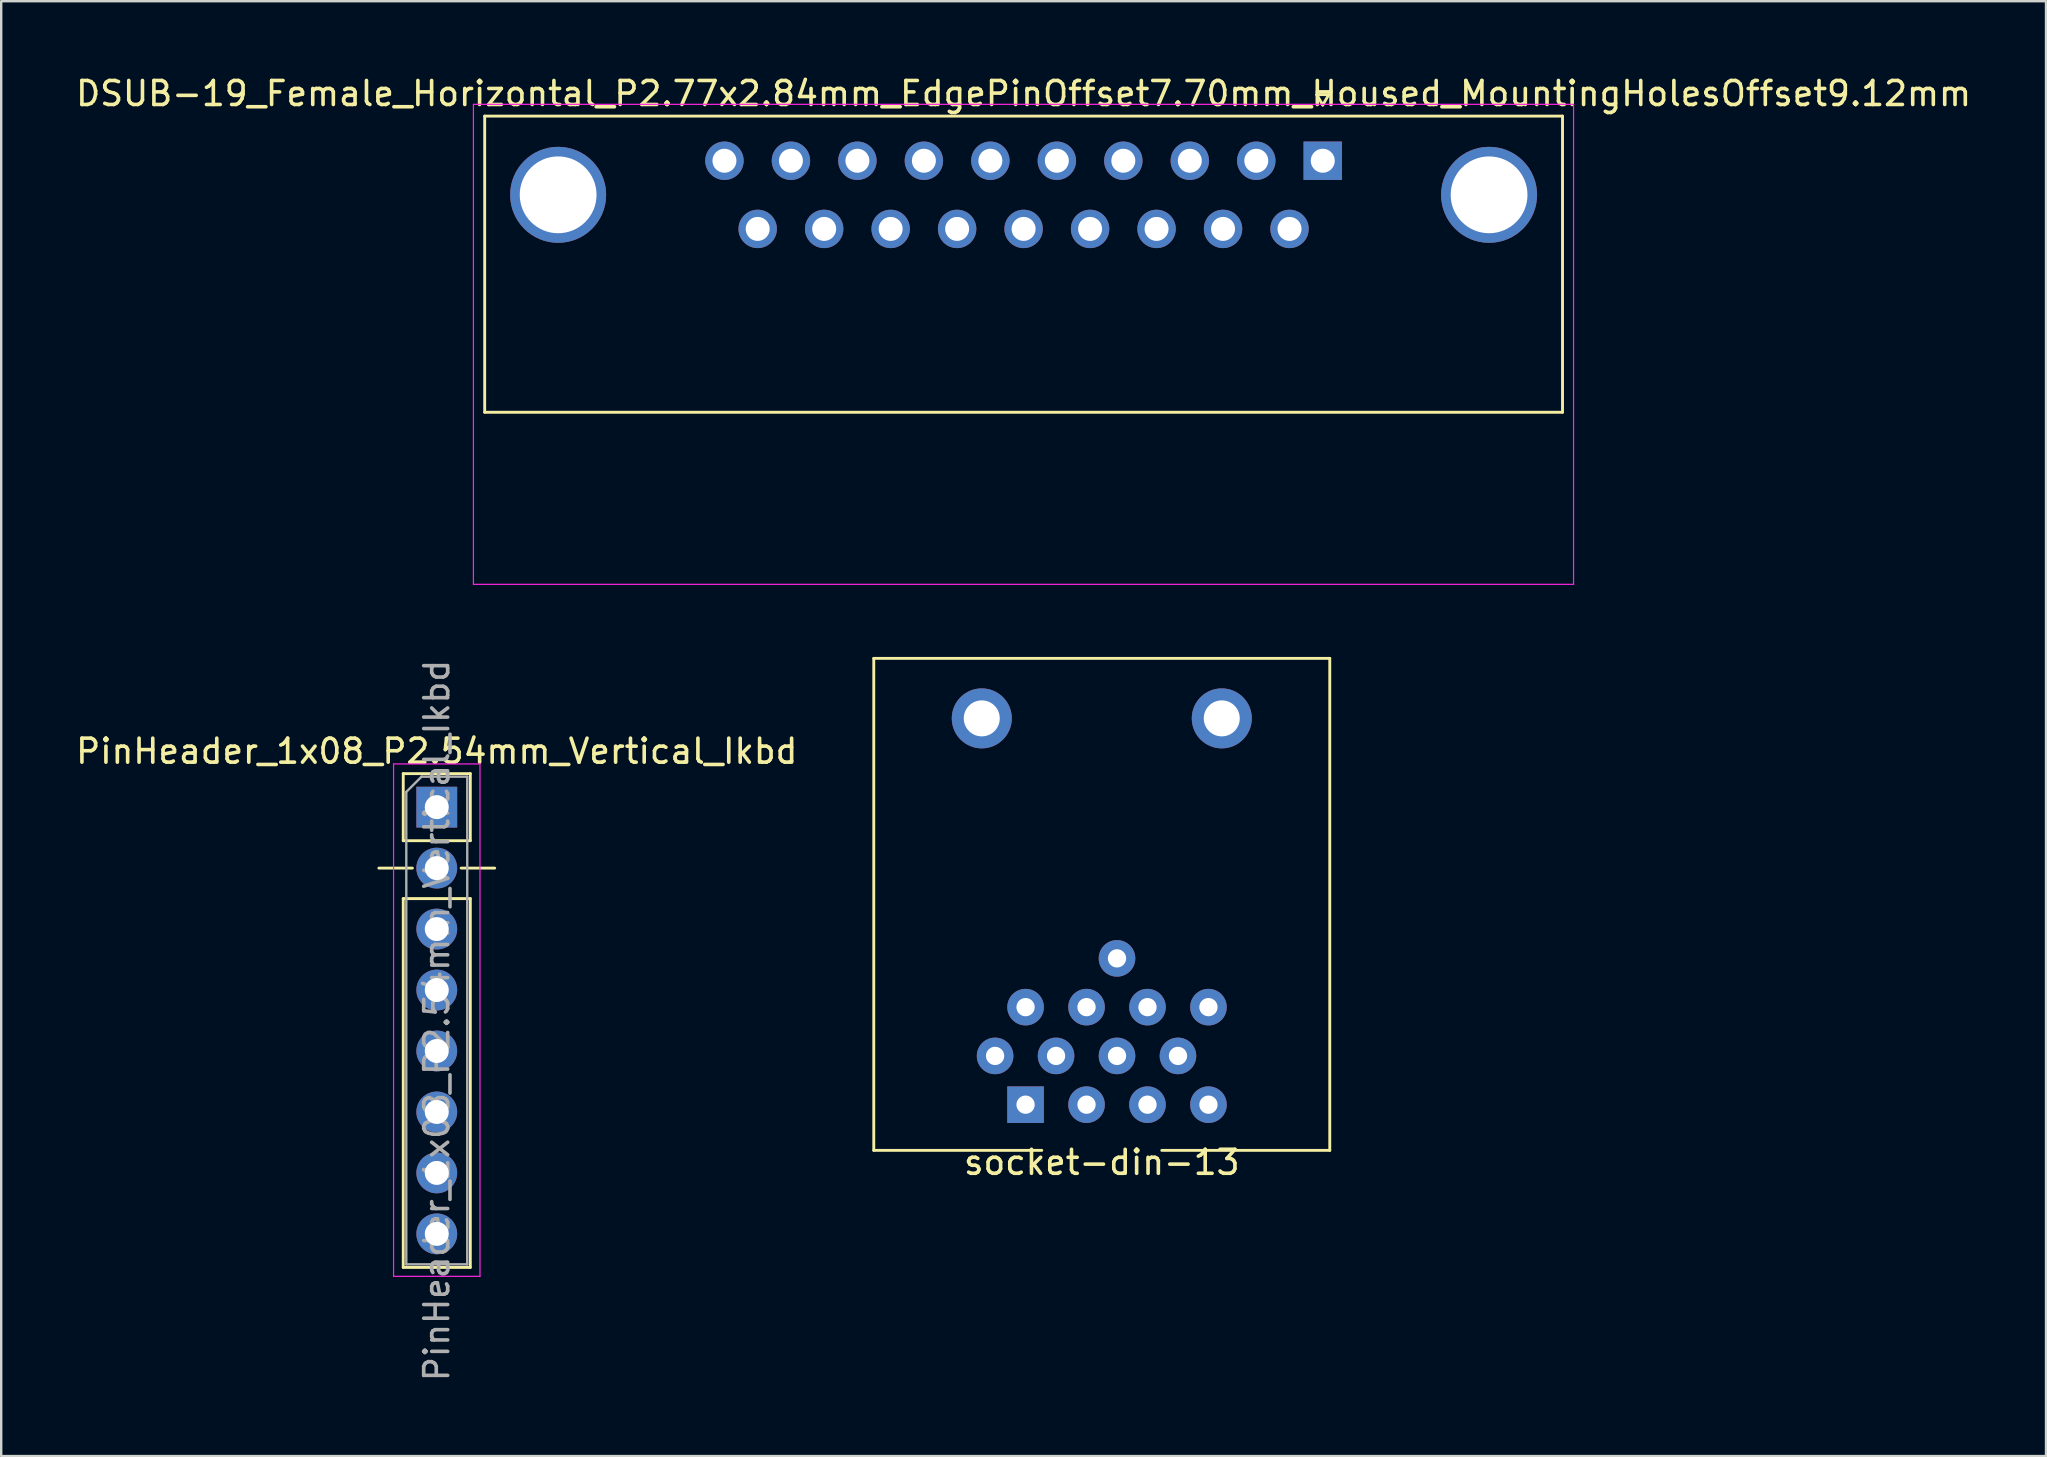
<source format=kicad_pcb>
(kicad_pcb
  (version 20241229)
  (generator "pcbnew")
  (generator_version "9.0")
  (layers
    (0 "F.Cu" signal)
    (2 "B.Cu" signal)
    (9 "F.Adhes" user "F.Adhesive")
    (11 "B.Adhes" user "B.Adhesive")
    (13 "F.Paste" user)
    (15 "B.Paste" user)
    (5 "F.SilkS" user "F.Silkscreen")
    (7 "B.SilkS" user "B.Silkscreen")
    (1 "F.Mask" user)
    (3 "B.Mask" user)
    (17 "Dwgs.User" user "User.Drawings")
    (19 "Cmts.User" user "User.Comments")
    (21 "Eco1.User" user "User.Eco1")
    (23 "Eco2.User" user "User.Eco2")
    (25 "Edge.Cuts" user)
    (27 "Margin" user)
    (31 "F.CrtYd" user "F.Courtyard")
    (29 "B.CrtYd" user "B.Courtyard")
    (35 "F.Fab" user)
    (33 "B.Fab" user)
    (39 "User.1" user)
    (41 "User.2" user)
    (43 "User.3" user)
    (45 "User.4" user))
  (footprint "DSUB-19_Female_Horizontal_P2.77x2.84mm_EdgePinOffset7.70mm_Housed_MountingHolesOffset9.12mm"
    (layer "F.Cu")
    (at 52.066 3.648)
    (property "Reference" "DSUB-19_Female_Horizontal_P2.77x2.84mm_EdgePinOffset7.70mm_Housed_MountingHolesOffset9.12mm" (at -12.465 -2.8 0) (layer "F.SilkS") (effects (font (size 1 1) (thickness 0.15))))
    (attr through_hole)
    (fp_line (start -34.92 -1.86) (end 9.99 -1.86) (stroke (width 0.12) (type solid)) (layer "F.SilkS"))
    (fp_line (start -34.92 10.48) (end -34.92 -1.86) (stroke (width 0.12) (type solid)) (layer "F.SilkS"))
    (fp_line (start -34.92 10.48) (end 9.99 10.48) (stroke (width 0.12) (type solid)) (layer "F.SilkS"))
    (fp_line (start -0.25 -2.754) (end 0.25 -2.754) (stroke (width 0.12) (type solid)) (layer "F.SilkS"))
    (fp_line (start 0 -2.321) (end -0.25 -2.754) (stroke (width 0.12) (type solid)) (layer "F.SilkS"))
    (fp_line (start 0.25 -2.754) (end 0 -2.321) (stroke (width 0.12) (type solid)) (layer "F.SilkS"))
    (fp_line (start 9.99 -1.86) (end 9.99 10.48) (stroke (width 0.12) (type solid)) (layer "F.SilkS"))
    (fp_line (start -35.39 -2.35) (end -35.39 17.65) (stroke (width 0.05) (type solid)) (layer "F.CrtYd"))
    (fp_line (start -35.39 17.65) (end 10.45 17.65) (stroke (width 0.05) (type solid)) (layer "F.CrtYd"))
    (fp_line (start 10.45 -2.35) (end -35.39 -2.35) (stroke (width 0.05) (type solid)) (layer "F.CrtYd"))
    (fp_line (start 10.45 17.65) (end 10.45 -2.35) (stroke (width 0.05) (type solid)) (layer "F.CrtYd"))
    (pad "0" thru_hole circle (at -31.86 1.42) (size 4 4) (drill 3.2) (layers "*.Cu" "*.Mask"))
    (pad "0" thru_hole circle (at 6.93 1.42) (size 4 4) (drill 3.2) (layers "*.Cu" "*.Mask"))
    (pad "1" thru_hole rect (at 0 0) (size 1.6 1.6) (drill 1) (layers "*.Cu" "*.Mask"))
    (pad "2" thru_hole circle (at -2.77 0) (size 1.6 1.6) (drill 1) (layers "*.Cu" "*.Mask"))
    (pad "3" thru_hole circle (at -5.54 0) (size 1.6 1.6) (drill 1) (layers "*.Cu" "*.Mask"))
    (pad "4" thru_hole circle (at -8.31 0) (size 1.6 1.6) (drill 1) (layers "*.Cu" "*.Mask"))
    (pad "5" thru_hole circle (at -11.08 0) (size 1.6 1.6) (drill 1) (layers "*.Cu" "*.Mask"))
    (pad "6" thru_hole circle (at -13.85 0) (size 1.6 1.6) (drill 1) (layers "*.Cu" "*.Mask"))
    (pad "7" thru_hole circle (at -16.62 0) (size 1.6 1.6) (drill 1) (layers "*.Cu" "*.Mask"))
    (pad "8" thru_hole circle (at -19.39 0) (size 1.6 1.6) (drill 1) (layers "*.Cu" "*.Mask"))
    (pad "9" thru_hole circle (at -22.16 0) (size 1.6 1.6) (drill 1) (layers "*.Cu" "*.Mask"))
    (pad "10" thru_hole circle (at -24.93 0) (size 1.6 1.6) (drill 1) (layers "*.Cu" "*.Mask"))
    (pad "11" thru_hole circle (at -1.385 2.84) (size 1.6 1.6) (drill 1) (layers "*.Cu" "*.Mask"))
    (pad "12" thru_hole circle (at -4.155 2.84) (size 1.6 1.6) (drill 1) (layers "*.Cu" "*.Mask"))
    (pad "13" thru_hole circle (at -6.925 2.84) (size 1.6 1.6) (drill 1) (layers "*.Cu" "*.Mask"))
    (pad "14" thru_hole circle (at -9.695 2.84) (size 1.6 1.6) (drill 1) (layers "*.Cu" "*.Mask"))
    (pad "15" thru_hole circle (at -12.465 2.84) (size 1.6 1.6) (drill 1) (layers "*.Cu" "*.Mask"))
    (pad "16" thru_hole circle (at -15.235 2.84) (size 1.6 1.6) (drill 1) (layers "*.Cu" "*.Mask"))
    (pad "17" thru_hole circle (at -18.005 2.84) (size 1.6 1.6) (drill 1) (layers "*.Cu" "*.Mask"))
    (pad "18" thru_hole circle (at -20.775 2.84) (size 1.6 1.6) (drill 1) (layers "*.Cu" "*.Mask"))
    (pad "19" thru_hole circle (at -23.545 2.84) (size 1.6 1.6) (drill 1) (layers "*.Cu" "*.Mask")))
  (footprint "socket-din-13"
    (layer "F.Cu")
    (at 42.858 36.883)
    (property "Reference" "socket-din-13" (at 0 8.5 0) (layer "F.SilkS") (effects (font (size 1 1) (thickness 0.15))))
    (attr through_hole)
    (fp_line (start -9.5 -12.5) (end -9.5 8) (stroke (width 0.12) (type solid)) (layer "F.SilkS"))
    (fp_line (start -2.5 8) (end -9.5 8) (stroke (width 0.12) (type solid)) (layer "F.SilkS"))
    (fp_line (start 2.5 8) (end 9.5 8) (stroke (width 0.12) (type solid)) (layer "F.SilkS"))
    (fp_line (start 9.5 -12.5) (end -9.5 -12.5) (stroke (width 0.12) (type solid)) (layer "F.SilkS"))
    (fp_line (start 9.5 8) (end 9.5 -12.5) (stroke (width 0.12) (type solid)) (layer "F.SilkS"))
    (pad "1" thru_hole rect (at -3.175 6.096) (size 1.524 1.524) (drill 0.762) (layers "*.Cu" "*.Mask"))
    (pad "2" thru_hole circle (at -0.635 6.096) (size 1.524 1.524) (drill 0.762) (layers "*.Cu" "*.Mask"))
    (pad "3" thru_hole circle (at 1.905 6.096) (size 1.524 1.524) (drill 0.762) (layers "*.Cu" "*.Mask"))
    (pad "4" thru_hole circle (at 4.445 6.096) (size 1.524 1.524) (drill 0.762) (layers "*.Cu" "*.Mask"))
    (pad "5" thru_hole circle (at -4.445 4.064) (size 1.524 1.524) (drill 0.762) (layers "*.Cu" "*.Mask"))
    (pad "6" thru_hole circle (at -1.905 4.064) (size 1.524 1.524) (drill 0.762) (layers "*.Cu" "*.Mask"))
    (pad "7" thru_hole circle (at 0.635 4.064) (size 1.524 1.524) (drill 0.762) (layers "*.Cu" "*.Mask"))
    (pad "8" thru_hole circle (at 3.175 4.064) (size 1.524 1.524) (drill 0.762) (layers "*.Cu" "*.Mask"))
    (pad "9" thru_hole circle (at -3.175 2.032) (size 1.524 1.524) (drill 0.762) (layers "*.Cu" "*.Mask"))
    (pad "10" thru_hole circle (at -0.635 2.032) (size 1.524 1.524) (drill 0.762) (layers "*.Cu" "*.Mask"))
    (pad "11" thru_hole circle (at 1.905 2.032) (size 1.524 1.524) (drill 0.762) (layers "*.Cu" "*.Mask"))
    (pad "12" thru_hole circle (at 4.445 2.032) (size 1.524 1.524) (drill 0.762) (layers "*.Cu" "*.Mask"))
    (pad "13" thru_hole circle (at 0.635 0) (size 1.524 1.524) (drill 0.762) (layers "*.Cu" "*.Mask"))
    (pad "SH" thru_hole circle (at -5 -10) (size 2.5 2.5) (drill 1.5) (layers "*.Cu" "*.Mask"))
    (pad "SH" thru_hole circle (at 5 -10) (size 2.5 2.5) (drill 1.5) (layers "*.Cu" "*.Mask")))
  (footprint "PinHeader_1x08_P2.54mm_Vertical_Ikbd"
    (layer "F.Cu")
    (at 15.149 30.582)
    (property "Reference" "PinHeader_1x08_P2.54mm_Vertical_Ikbd" (at 0 -2.33 0) (layer "F.SilkS") (effects (font (size 1 1) (thickness 0.15))))
    (attr through_hole)
    (fp_line (start -1.397 -1.397) (end 1.397 -1.397) (stroke (width 0.12) (type solid)) (layer "F.SilkS"))
    (fp_line (start -1.397 1.397) (end -1.397 -1.397) (stroke (width 0.12) (type solid)) (layer "F.SilkS"))
    (fp_line (start -1.397 1.397) (end 1.397 1.397) (stroke (width 0.12) (type solid)) (layer "F.SilkS"))
    (fp_line (start -1.397 3.81) (end -1.397 19.177) (stroke (width 0.12) (type solid)) (layer "F.SilkS"))
    (fp_line (start -1.397 3.81) (end 1.397 3.81) (stroke (width 0.12) (type solid)) (layer "F.SilkS"))
    (fp_line (start -1.397 19.177) (end 1.397 19.177) (stroke (width 0.12) (type solid)) (layer "F.SilkS"))
    (fp_line (start -1.016 2.54) (end -2.413 2.54) (stroke (width 0.12) (type solid)) (layer "F.SilkS"))
    (fp_line (start 1.016 2.54) (end 2.413 2.54) (stroke (width 0.12) (type solid)) (layer "F.SilkS"))
    (fp_line (start 1.397 1.397) (end 1.397 -1.397) (stroke (width 0.12) (type solid)) (layer "F.SilkS"))
    (fp_line (start 1.397 3.81) (end 1.397 19.177) (stroke (width 0.12) (type solid)) (layer "F.SilkS"))
    (fp_line (start -1.8 -1.8) (end -1.8 19.55) (stroke (width 0.05) (type solid)) (layer "F.CrtYd"))
    (fp_line (start -1.8 19.55) (end 1.8 19.55) (stroke (width 0.05) (type solid)) (layer "F.CrtYd"))
    (fp_line (start 1.8 -1.8) (end -1.8 -1.8) (stroke (width 0.05) (type solid)) (layer "F.CrtYd"))
    (fp_line (start 1.8 19.55) (end 1.8 -1.8) (stroke (width 0.05) (type solid)) (layer "F.CrtYd"))
    (fp_line (start -1.27 -0.635) (end -0.635 -1.27) (stroke (width 0.1) (type solid)) (layer "F.Fab"))
    (fp_line (start -1.27 19.05) (end -1.27 -0.635) (stroke (width 0.1) (type solid)) (layer "F.Fab"))
    (fp_line (start -0.635 -1.27) (end 1.27 -1.27) (stroke (width 0.1) (type solid)) (layer "F.Fab"))
    (fp_line (start 1.27 -1.27) (end 1.27 19.05) (stroke (width 0.1) (type solid)) (layer "F.Fab"))
    (fp_line (start 1.27 19.05) (end -1.27 19.05) (stroke (width 0.1) (type solid)) (layer "F.Fab"))
    (fp_text user "${REFERENCE}" (at 0 8.89 90) (layer "F.Fab") (effects (font (size 1 1) (thickness 0.15))))
    (pad "1" thru_hole rect (at 0 0) (size 1.7 1.7) (drill 1) (layers "*.Cu" "*.Mask"))
    (pad "2" thru_hole oval (at 0 2.54) (size 1.7 1.7) (drill 1) (layers "*.Cu" "*.Mask"))
    (pad "3" thru_hole oval (at 0 5.08) (size 1.7 1.7) (drill 1) (layers "*.Cu" "*.Mask"))
    (pad "4" thru_hole oval (at 0 7.62) (size 1.7 1.7) (drill 1) (layers "*.Cu" "*.Mask"))
    (pad "5" thru_hole oval (at 0 10.16) (size 1.7 1.7) (drill 1) (layers "*.Cu" "*.Mask"))
    (pad "6" thru_hole oval (at 0 12.7) (size 1.7 1.7) (drill 1) (layers "*.Cu" "*.Mask"))
    (pad "7" thru_hole oval (at 0 15.24) (size 1.7 1.7) (drill 1) (layers "*.Cu" "*.Mask"))
    (pad "8" thru_hole oval (at 0 17.78) (size 1.7 1.7) (drill 1) (layers "*.Cu" "*.Mask")))
  (gr_rect
    (start -3 -3)
    (end 82.202 57.621)
    (stroke (width 0.1) (type default))
    (fill no)
    (layer "Edge.Cuts")))
</source>
